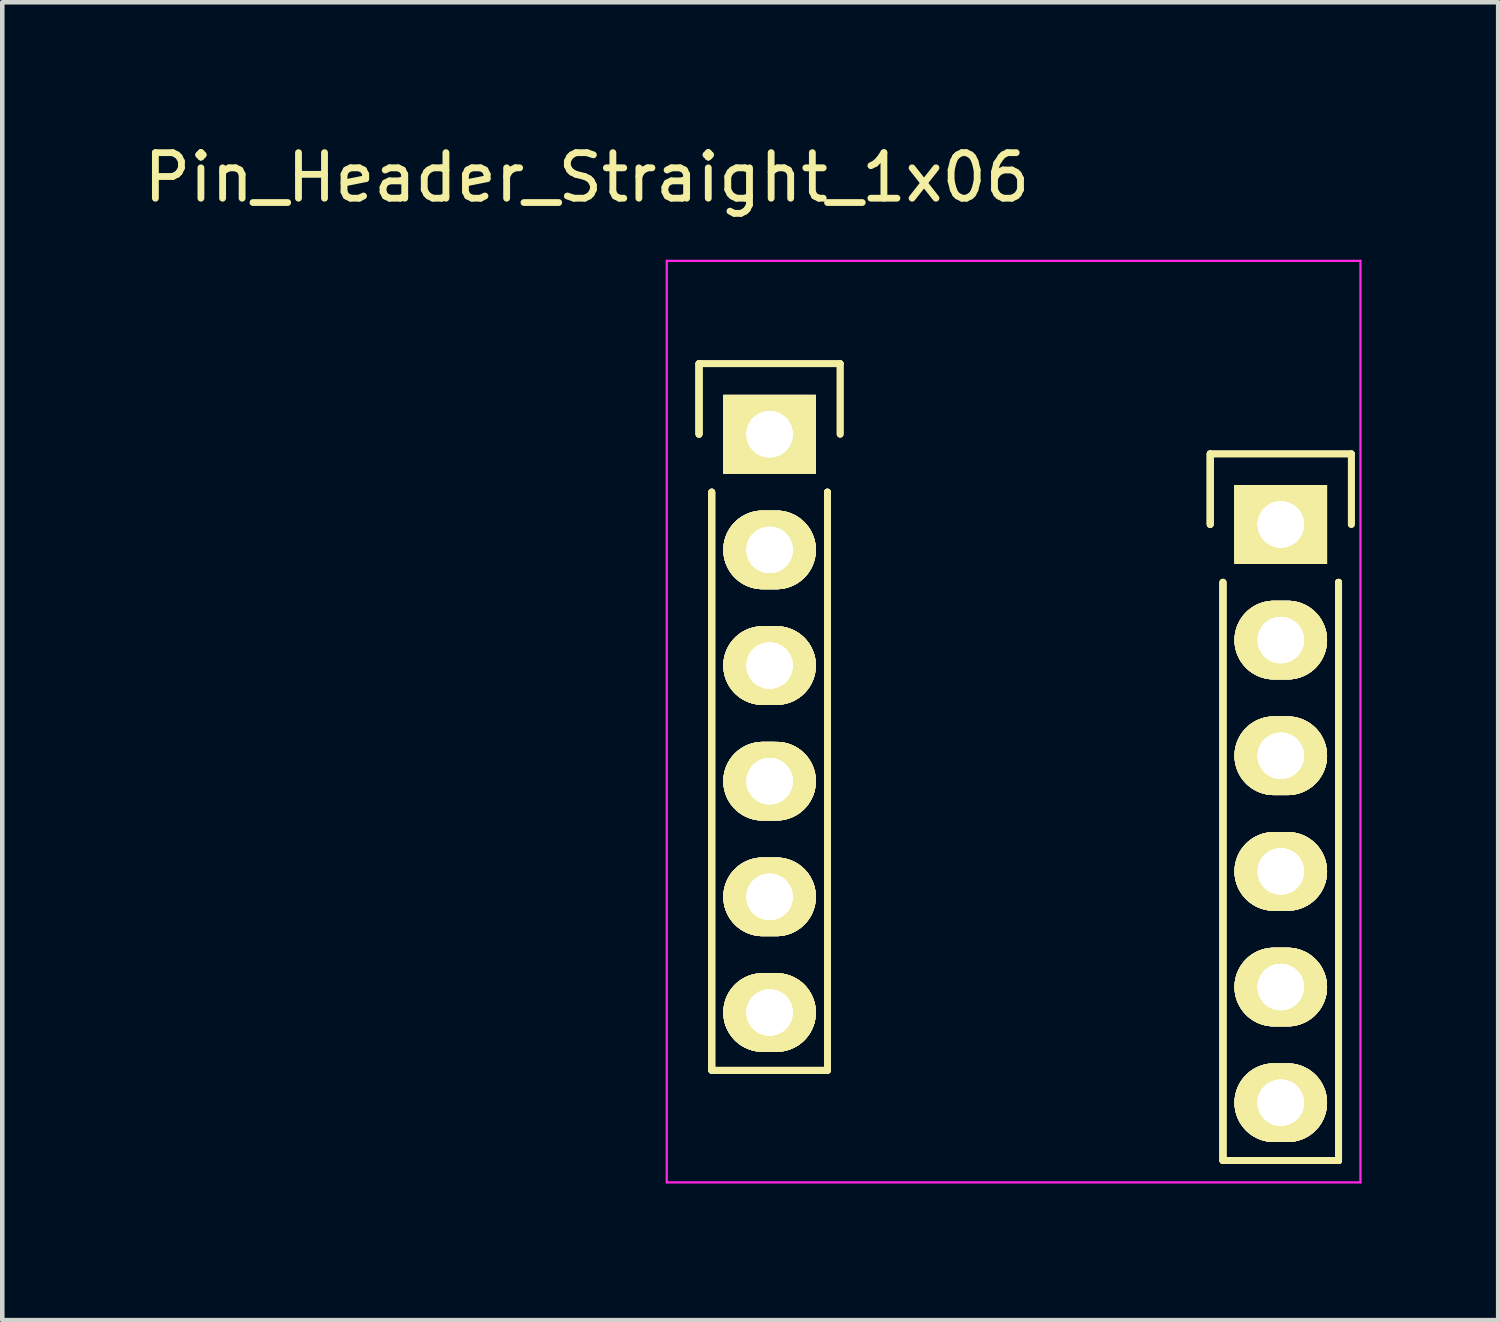
<source format=kicad_pcb>
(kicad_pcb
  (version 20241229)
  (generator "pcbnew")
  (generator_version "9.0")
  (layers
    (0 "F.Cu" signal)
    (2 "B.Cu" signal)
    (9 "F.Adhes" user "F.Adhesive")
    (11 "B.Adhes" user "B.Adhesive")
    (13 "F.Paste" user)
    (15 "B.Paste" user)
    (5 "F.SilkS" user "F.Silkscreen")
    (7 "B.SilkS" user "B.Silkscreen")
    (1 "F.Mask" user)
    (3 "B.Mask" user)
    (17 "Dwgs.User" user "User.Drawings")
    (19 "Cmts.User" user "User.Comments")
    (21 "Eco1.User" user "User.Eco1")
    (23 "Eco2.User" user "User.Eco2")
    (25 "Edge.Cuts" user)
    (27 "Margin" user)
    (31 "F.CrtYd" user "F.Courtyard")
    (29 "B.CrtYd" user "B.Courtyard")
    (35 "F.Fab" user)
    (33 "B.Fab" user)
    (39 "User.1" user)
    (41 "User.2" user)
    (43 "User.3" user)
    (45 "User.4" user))
  (footprint "Pin_Header_Straight_1x06"
    (layer "F.Cu")
    (at 25.079 8.468)
    (property "Reference" "Pin_Header_Straight_1x06" (at -15.24 -7.62 0) (layer "F.SilkS") (effects (font (size 1 1) (thickness 0.15))))
    (attr through_hole)
    (fp_line (start -12.777 -3.531) (end -9.677 -3.531) (stroke (width 0.15) (type solid)) (layer "F.SilkS"))
    (fp_line (start -12.777 -3.531) (end -9.677 -3.531) (stroke (width 0.15) (type solid)) (layer "F.SilkS"))
    (fp_line (start -12.777 -1.981) (end -12.777 -3.531) (stroke (width 0.15) (type solid)) (layer "F.SilkS"))
    (fp_line (start -12.777 -1.981) (end -12.777 -3.531) (stroke (width 0.15) (type solid)) (layer "F.SilkS"))
    (fp_line (start -12.777 -1.981) (end -12.777 -3.531) (stroke (width 0.15) (type solid)) (layer "F.SilkS"))
    (fp_line (start -12.777 -1.981) (end -12.777 -3.531) (stroke (width 0.15) (type solid)) (layer "F.SilkS"))
    (fp_line (start -12.497 11.989) (end -12.497 -0.711) (stroke (width 0.15) (type solid)) (layer "F.SilkS"))
    (fp_line (start -12.497 11.989) (end -12.497 -0.711) (stroke (width 0.15) (type solid)) (layer "F.SilkS"))
    (fp_line (start -12.497 11.989) (end -12.497 -0.711) (stroke (width 0.15) (type solid)) (layer "F.SilkS"))
    (fp_line (start -12.497 11.989) (end -12.497 -0.711) (stroke (width 0.15) (type solid)) (layer "F.SilkS"))
    (fp_line (start -9.957 -0.711) (end -9.957 11.989) (stroke (width 0.15) (type solid)) (layer "F.SilkS"))
    (fp_line (start -9.957 -0.711) (end -9.957 11.989) (stroke (width 0.15) (type solid)) (layer "F.SilkS"))
    (fp_line (start -9.957 -0.711) (end -9.957 11.989) (stroke (width 0.15) (type solid)) (layer "F.SilkS"))
    (fp_line (start -9.957 -0.711) (end -9.957 11.989) (stroke (width 0.15) (type solid)) (layer "F.SilkS"))
    (fp_line (start -9.957 11.989) (end -12.497 11.989) (stroke (width 0.15) (type solid)) (layer "F.SilkS"))
    (fp_line (start -9.957 11.989) (end -12.497 11.989) (stroke (width 0.15) (type solid)) (layer "F.SilkS"))
    (fp_line (start -9.957 11.989) (end -12.497 11.989) (stroke (width 0.15) (type solid)) (layer "F.SilkS"))
    (fp_line (start -9.957 11.989) (end -12.497 11.989) (stroke (width 0.15) (type solid)) (layer "F.SilkS"))
    (fp_line (start -9.677 -3.531) (end -9.677 -1.981) (stroke (width 0.15) (type solid)) (layer "F.SilkS"))
    (fp_line (start -9.677 -3.531) (end -9.677 -1.981) (stroke (width 0.15) (type solid)) (layer "F.SilkS"))
    (fp_line (start -1.55 -1.55) (end 1.55 -1.55) (stroke (width 0.15) (type solid)) (layer "F.SilkS"))
    (fp_line (start -1.55 -1.55) (end 1.55 -1.55) (stroke (width 0.15) (type solid)) (layer "F.SilkS"))
    (fp_line (start -1.55 0) (end -1.55 -1.55) (stroke (width 0.15) (type solid)) (layer "F.SilkS"))
    (fp_line (start -1.55 0) (end -1.55 -1.55) (stroke (width 0.15) (type solid)) (layer "F.SilkS"))
    (fp_line (start -1.55 0) (end -1.55 -1.55) (stroke (width 0.15) (type solid)) (layer "F.SilkS"))
    (fp_line (start -1.55 0) (end -1.55 -1.55) (stroke (width 0.15) (type solid)) (layer "F.SilkS"))
    (fp_line (start -1.27 13.97) (end -1.27 1.27) (stroke (width 0.15) (type solid)) (layer "F.SilkS"))
    (fp_line (start -1.27 13.97) (end -1.27 1.27) (stroke (width 0.15) (type solid)) (layer "F.SilkS"))
    (fp_line (start -1.27 13.97) (end -1.27 1.27) (stroke (width 0.15) (type solid)) (layer "F.SilkS"))
    (fp_line (start -1.27 13.97) (end -1.27 1.27) (stroke (width 0.15) (type solid)) (layer "F.SilkS"))
    (fp_line (start 1.27 1.27) (end 1.27 13.97) (stroke (width 0.15) (type solid)) (layer "F.SilkS"))
    (fp_line (start 1.27 1.27) (end 1.27 13.97) (stroke (width 0.15) (type solid)) (layer "F.SilkS"))
    (fp_line (start 1.27 1.27) (end 1.27 13.97) (stroke (width 0.15) (type solid)) (layer "F.SilkS"))
    (fp_line (start 1.27 1.27) (end 1.27 13.97) (stroke (width 0.15) (type solid)) (layer "F.SilkS"))
    (fp_line (start 1.27 13.97) (end -1.27 13.97) (stroke (width 0.15) (type solid)) (layer "F.SilkS"))
    (fp_line (start 1.27 13.97) (end -1.27 13.97) (stroke (width 0.15) (type solid)) (layer "F.SilkS"))
    (fp_line (start 1.27 13.97) (end -1.27 13.97) (stroke (width 0.15) (type solid)) (layer "F.SilkS"))
    (fp_line (start 1.27 13.97) (end -1.27 13.97) (stroke (width 0.15) (type solid)) (layer "F.SilkS"))
    (fp_line (start 1.55 -1.55) (end 1.55 0) (stroke (width 0.15) (type solid)) (layer "F.SilkS"))
    (fp_line (start 1.55 -1.55) (end 1.55 0) (stroke (width 0.15) (type solid)) (layer "F.SilkS"))
    (fp_line (start -13.485 -5.79) (end -13.485 14.45) (stroke (width 0.05) (type solid)) (layer "F.CrtYd"))
    (fp_line (start -13.482 -5.789) (end 1.75 -5.789) (stroke (width 0.05) (type solid)) (layer "F.CrtYd"))
    (fp_line (start -13.482 14.45) (end 1.75 14.45) (stroke (width 0.05) (type solid)) (layer "F.CrtYd"))
    (fp_line (start 1.75 -5.79) (end 1.75 14.45) (stroke (width 0.05) (type solid)) (layer "F.CrtYd"))
    (pad "1" thru_hole rect (at -11.227 -1.981) (size 2.032 1.727) (drill 1.016) (layers "*.Cu" "*.Mask" "F.SilkS"))
    (pad "1" thru_hole rect (at -11.227 -1.981) (size 2.032 1.727) (drill 1.016) (layers "*.Cu" "*.Mask" "F.SilkS"))
    (pad "1" thru_hole rect (at -11.227 -1.981) (size 2.032 1.727) (drill 1.016) (layers "*.Cu" "*.Mask" "F.SilkS"))
    (pad "1" thru_hole rect (at -11.227 -1.981) (size 2.032 1.727) (drill 1.016) (layers "*.Cu" "*.Mask" "F.SilkS"))
    (pad "2" thru_hole oval (at -11.227 0.559) (size 2.032 1.727) (drill 1.016) (layers "*.Cu" "*.Mask" "F.SilkS"))
    (pad "2" thru_hole oval (at -11.227 0.559) (size 2.032 1.727) (drill 1.016) (layers "*.Cu" "*.Mask" "F.SilkS"))
    (pad "2" thru_hole oval (at -11.227 0.559) (size 2.032 1.727) (drill 1.016) (layers "*.Cu" "*.Mask" "F.SilkS"))
    (pad "2" thru_hole oval (at -11.227 0.559) (size 2.032 1.727) (drill 1.016) (layers "*.Cu" "*.Mask" "F.SilkS"))
    (pad "3" thru_hole oval (at -11.227 3.099) (size 2.032 1.727) (drill 1.016) (layers "*.Cu" "*.Mask" "F.SilkS"))
    (pad "3" thru_hole oval (at -11.227 3.099) (size 2.032 1.727) (drill 1.016) (layers "*.Cu" "*.Mask" "F.SilkS"))
    (pad "3" thru_hole oval (at -11.227 3.099) (size 2.032 1.727) (drill 1.016) (layers "*.Cu" "*.Mask" "F.SilkS"))
    (pad "3" thru_hole oval (at -11.227 3.099) (size 2.032 1.727) (drill 1.016) (layers "*.Cu" "*.Mask" "F.SilkS"))
    (pad "4" thru_hole oval (at -11.227 5.639) (size 2.032 1.727) (drill 1.016) (layers "*.Cu" "*.Mask" "F.SilkS"))
    (pad "4" thru_hole oval (at -11.227 5.639) (size 2.032 1.727) (drill 1.016) (layers "*.Cu" "*.Mask" "F.SilkS"))
    (pad "4" thru_hole oval (at -11.227 5.639) (size 2.032 1.727) (drill 1.016) (layers "*.Cu" "*.Mask" "F.SilkS"))
    (pad "4" thru_hole oval (at -11.227 5.639) (size 2.032 1.727) (drill 1.016) (layers "*.Cu" "*.Mask" "F.SilkS"))
    (pad "5" thru_hole oval (at -11.227 8.179) (size 2.032 1.727) (drill 1.016) (layers "*.Cu" "*.Mask" "F.SilkS"))
    (pad "5" thru_hole oval (at -11.227 8.179) (size 2.032 1.727) (drill 1.016) (layers "*.Cu" "*.Mask" "F.SilkS"))
    (pad "5" thru_hole oval (at -11.227 8.179) (size 2.032 1.727) (drill 1.016) (layers "*.Cu" "*.Mask" "F.SilkS"))
    (pad "5" thru_hole oval (at -11.227 8.179) (size 2.032 1.727) (drill 1.016) (layers "*.Cu" "*.Mask" "F.SilkS"))
    (pad "6" thru_hole oval (at -11.227 10.719) (size 2.032 1.727) (drill 1.016) (layers "*.Cu" "*.Mask" "F.SilkS"))
    (pad "6" thru_hole oval (at -11.227 10.719) (size 2.032 1.727) (drill 1.016) (layers "*.Cu" "*.Mask" "F.SilkS"))
    (pad "6" thru_hole oval (at -11.227 10.719) (size 2.032 1.727) (drill 1.016) (layers "*.Cu" "*.Mask" "F.SilkS"))
    (pad "6" thru_hole oval (at -11.227 10.719) (size 2.032 1.727) (drill 1.016) (layers "*.Cu" "*.Mask" "F.SilkS"))
    (pad "7" thru_hole rect (at 0 0) (size 2.032 1.727) (drill 1.016) (layers "*.Cu" "*.Mask" "F.SilkS"))
    (pad "7" thru_hole rect (at 0 0) (size 2.032 1.727) (drill 1.016) (layers "*.Cu" "*.Mask" "F.SilkS"))
    (pad "7" thru_hole rect (at 0 0) (size 2.032 1.727) (drill 1.016) (layers "*.Cu" "*.Mask" "F.SilkS"))
    (pad "7" thru_hole rect (at 0 0) (size 2.032 1.727) (drill 1.016) (layers "*.Cu" "*.Mask" "F.SilkS"))
    (pad "8" thru_hole oval (at 0 2.54) (size 2.032 1.727) (drill 1.016) (layers "*.Cu" "*.Mask" "F.SilkS"))
    (pad "8" thru_hole oval (at 0 2.54) (size 2.032 1.727) (drill 1.016) (layers "*.Cu" "*.Mask" "F.SilkS"))
    (pad "8" thru_hole oval (at 0 2.54) (size 2.032 1.727) (drill 1.016) (layers "*.Cu" "*.Mask" "F.SilkS"))
    (pad "8" thru_hole oval (at 0 2.54) (size 2.032 1.727) (drill 1.016) (layers "*.Cu" "*.Mask" "F.SilkS"))
    (pad "9" thru_hole oval (at 0 5.08) (size 2.032 1.727) (drill 1.016) (layers "*.Cu" "*.Mask" "F.SilkS"))
    (pad "9" thru_hole oval (at 0 5.08) (size 2.032 1.727) (drill 1.016) (layers "*.Cu" "*.Mask" "F.SilkS"))
    (pad "9" thru_hole oval (at 0 5.08) (size 2.032 1.727) (drill 1.016) (layers "*.Cu" "*.Mask" "F.SilkS"))
    (pad "9" thru_hole oval (at 0 5.08) (size 2.032 1.727) (drill 1.016) (layers "*.Cu" "*.Mask" "F.SilkS"))
    (pad "10" thru_hole oval (at 0 7.62) (size 2.032 1.727) (drill 1.016) (layers "*.Cu" "*.Mask" "F.SilkS"))
    (pad "10" thru_hole oval (at 0 7.62) (size 2.032 1.727) (drill 1.016) (layers "*.Cu" "*.Mask" "F.SilkS"))
    (pad "10" thru_hole oval (at 0 7.62) (size 2.032 1.727) (drill 1.016) (layers "*.Cu" "*.Mask" "F.SilkS"))
    (pad "10" thru_hole oval (at 0 7.62) (size 2.032 1.727) (drill 1.016) (layers "*.Cu" "*.Mask" "F.SilkS"))
    (pad "11" thru_hole oval (at 0 10.16) (size 2.032 1.727) (drill 1.016) (layers "*.Cu" "*.Mask" "F.SilkS"))
    (pad "11" thru_hole oval (at 0 10.16) (size 2.032 1.727) (drill 1.016) (layers "*.Cu" "*.Mask" "F.SilkS"))
    (pad "11" thru_hole oval (at 0 10.16) (size 2.032 1.727) (drill 1.016) (layers "*.Cu" "*.Mask" "F.SilkS"))
    (pad "11" thru_hole oval (at 0 10.16) (size 2.032 1.727) (drill 1.016) (layers "*.Cu" "*.Mask" "F.SilkS"))
    (pad "12" thru_hole oval (at 0 12.7) (size 2.032 1.727) (drill 1.016) (layers "*.Cu" "*.Mask" "F.SilkS"))
    (pad "12" thru_hole oval (at 0 12.7) (size 2.032 1.727) (drill 1.016) (layers "*.Cu" "*.Mask" "F.SilkS"))
    (pad "12" thru_hole oval (at 0 12.7) (size 2.032 1.727) (drill 1.016) (layers "*.Cu" "*.Mask" "F.SilkS"))
    (pad "12" thru_hole oval (at 0 12.7) (size 2.032 1.727) (drill 1.016) (layers "*.Cu" "*.Mask" "F.SilkS")))
  (gr_rect
    (start -3 -3)
    (end 29.854 25.943)
    (stroke (width 0.1) (type default))
    (fill no)
    (layer "Edge.Cuts")))
</source>
